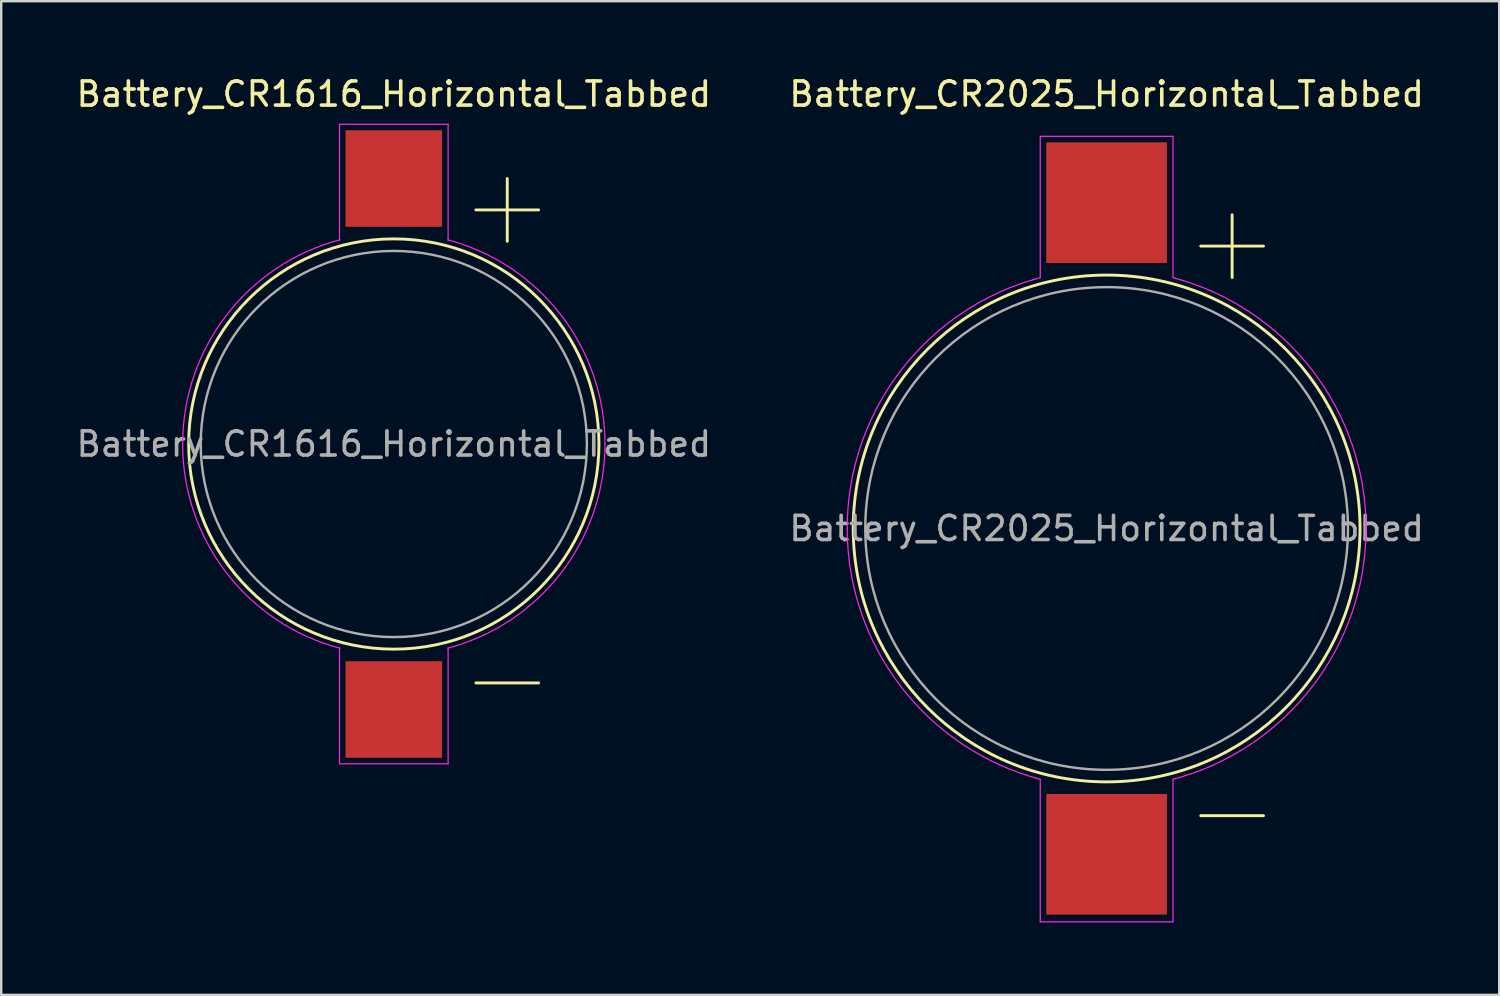
<source format=kicad_pcb>
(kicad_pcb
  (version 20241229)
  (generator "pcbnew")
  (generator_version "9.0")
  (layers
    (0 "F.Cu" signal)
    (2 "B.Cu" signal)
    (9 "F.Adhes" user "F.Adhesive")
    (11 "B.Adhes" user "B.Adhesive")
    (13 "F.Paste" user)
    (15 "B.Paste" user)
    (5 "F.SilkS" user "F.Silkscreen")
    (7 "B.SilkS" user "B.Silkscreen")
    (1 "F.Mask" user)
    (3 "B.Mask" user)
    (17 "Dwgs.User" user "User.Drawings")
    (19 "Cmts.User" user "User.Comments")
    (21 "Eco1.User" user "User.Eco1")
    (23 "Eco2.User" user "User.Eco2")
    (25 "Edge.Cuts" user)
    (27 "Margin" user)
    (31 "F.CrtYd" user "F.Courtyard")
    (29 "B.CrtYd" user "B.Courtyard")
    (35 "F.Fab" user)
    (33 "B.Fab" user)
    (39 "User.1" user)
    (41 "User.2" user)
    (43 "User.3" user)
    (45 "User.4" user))
  (footprint "Battery_CR1616_Horizontal_Tabbed"
    (layer "F.Cu")
    (at 13.268 15.348)
    (property "Reference" "Battery_CR1616_Horizontal_Tabbed" (at 0 -14.5 0) (layer "F.SilkS") (effects (font (size 1 1) (thickness 0.15))))
    (attr smd)
    (fp_line (start 3.4 -9.7) (end 6 -9.7) (stroke (width 0.12) (type solid)) (layer "F.SilkS"))
    (fp_line (start 3.4 9.9) (end 6 9.9) (stroke (width 0.12) (type solid)) (layer "F.SilkS"))
    (fp_line (start 4.7 -8.4) (end 4.7 -11) (stroke (width 0.12) (type solid)) (layer "F.SilkS"))
    (fp_circle (center 0 0) (end 8.5 0) (stroke (width 0.12) (type solid)) (fill no) (layer "F.SilkS"))
    (fp_line (start -2.25 -13.25) (end -2.25 -8.45) (stroke (width 0.05) (type solid)) (layer "F.CrtYd"))
    (fp_line (start -2.25 -13.25) (end 2.25 -13.25) (stroke (width 0.05) (type solid)) (layer "F.CrtYd"))
    (fp_line (start -2.25 8.45) (end -2.25 13.25) (stroke (width 0.05) (type solid)) (layer "F.CrtYd"))
    (fp_line (start -2.25 13.25) (end 2.25 13.25) (stroke (width 0.05) (type solid)) (layer "F.CrtYd"))
    (fp_line (start 2.25 -13.25) (end 2.25 -8.45) (stroke (width 0.05) (type solid)) (layer "F.CrtYd"))
    (fp_line (start 2.25 8.45) (end 2.25 13.25) (stroke (width 0.05) (type solid)) (layer "F.CrtYd"))
    (fp_arc (start -8.75 0) (mid -6.932535 -5.338769) (end -2.235154 -8.459704) (stroke (width 0.05) (type solid)) (layer "F.CrtYd"))
    (fp_arc (start -2.235143 8.459707) (mid -6.932532 5.338773) (end -8.75 0) (stroke (width 0.05) (type solid)) (layer "F.CrtYd"))
    (fp_arc (start 2.235157 -8.459703) (mid 6.932537 -5.338768) (end 8.75 0) (stroke (width 0.05) (type solid)) (layer "F.CrtYd"))
    (fp_arc (start 8.75 0) (mid 6.932535 5.338769) (end 2.235154 8.459704) (stroke (width 0.05) (type solid)) (layer "F.CrtYd"))
    (fp_circle (center 0 0) (end 8 0) (stroke (width 0.1) (type solid)) (fill no) (layer "F.Fab"))
    (fp_text user "${REFERENCE}" (at 0 0 0) (layer "F.Fab") (effects (font (size 1 1) (thickness 0.15))))
    (pad "1" smd rect (at 0 -11) (size 4 4) (layers "F.Cu" "F.Mask" "F.Paste"))
    (pad "2" smd rect (at 0 11) (size 4 4) (layers "F.Cu" "F.Mask" "F.Paste")))
  (footprint "Battery_CR2025_Horizontal_Tabbed"
    (layer "F.Cu")
    (at 42.804 18.848)
    (property "Reference" "Battery_CR2025_Horizontal_Tabbed" (at 0 -18 0) (layer "F.SilkS") (effects (font (size 1 1) (thickness 0.15))))
    (attr smd)
    (fp_line (start 3.9 -11.7) (end 6.5 -11.7) (stroke (width 0.12) (type solid)) (layer "F.SilkS"))
    (fp_line (start 3.9 11.9) (end 6.5 11.9) (stroke (width 0.12) (type solid)) (layer "F.SilkS"))
    (fp_line (start 5.2 -10.4) (end 5.2 -13) (stroke (width 0.12) (type solid)) (layer "F.SilkS"))
    (fp_circle (center 0 0) (end 10.5 0) (stroke (width 0.12) (type solid)) (fill no) (layer "F.SilkS"))
    (fp_line (start -2.75 -16.25) (end -2.75 -10.4) (stroke (width 0.05) (type solid)) (layer "F.CrtYd"))
    (fp_line (start -2.75 -16.25) (end 2.75 -16.25) (stroke (width 0.05) (type solid)) (layer "F.CrtYd"))
    (fp_line (start -2.75 10.4) (end -2.75 16.3) (stroke (width 0.05) (type solid)) (layer "F.CrtYd"))
    (fp_line (start -2.75 16.3) (end 2.75 16.3) (stroke (width 0.05) (type solid)) (layer "F.CrtYd"))
    (fp_line (start 2.75 -16.25) (end 2.75 -10.4) (stroke (width 0.05) (type solid)) (layer "F.CrtYd"))
    (fp_line (start 2.75 10.4) (end 2.75 16.3) (stroke (width 0.05) (type solid)) (layer "F.CrtYd"))
    (fp_arc (start -10.75 0) (mid -8.517114 -6.55906) (end -2.746042 -10.393351) (stroke (width 0.05) (type solid)) (layer "F.CrtYd"))
    (fp_arc (start -2.746042 10.393351) (mid -8.517113 6.55906) (end -10.75 0) (stroke (width 0.05) (type solid)) (layer "F.CrtYd"))
    (fp_arc (start 2.746042 -10.393351) (mid 8.517113 -6.55906) (end 10.75 0) (stroke (width 0.05) (type solid)) (layer "F.CrtYd"))
    (fp_arc (start 10.75 0) (mid 8.517114 6.55906) (end 2.746042 10.393351) (stroke (width 0.05) (type solid)) (layer "F.CrtYd"))
    (fp_circle (center 0 0) (end 10 0) (stroke (width 0.1) (type solid)) (fill no) (layer "F.Fab"))
    (fp_text user "${REFERENCE}" (at 0 0 0) (layer "F.Fab") (effects (font (size 1 1) (thickness 0.15))))
    (pad "1" smd rect (at 0 -13.5) (size 5 5) (layers "F.Cu" "F.Mask" "F.Paste"))
    (pad "2" smd rect (at 0 13.5) (size 5 5) (layers "F.Cu" "F.Mask" "F.Paste")))
  (gr_rect
    (start -3 -3)
    (end 59.071 38.173)
    (stroke (width 0.1) (type default))
    (fill no)
    (layer "Edge.Cuts")))
</source>
